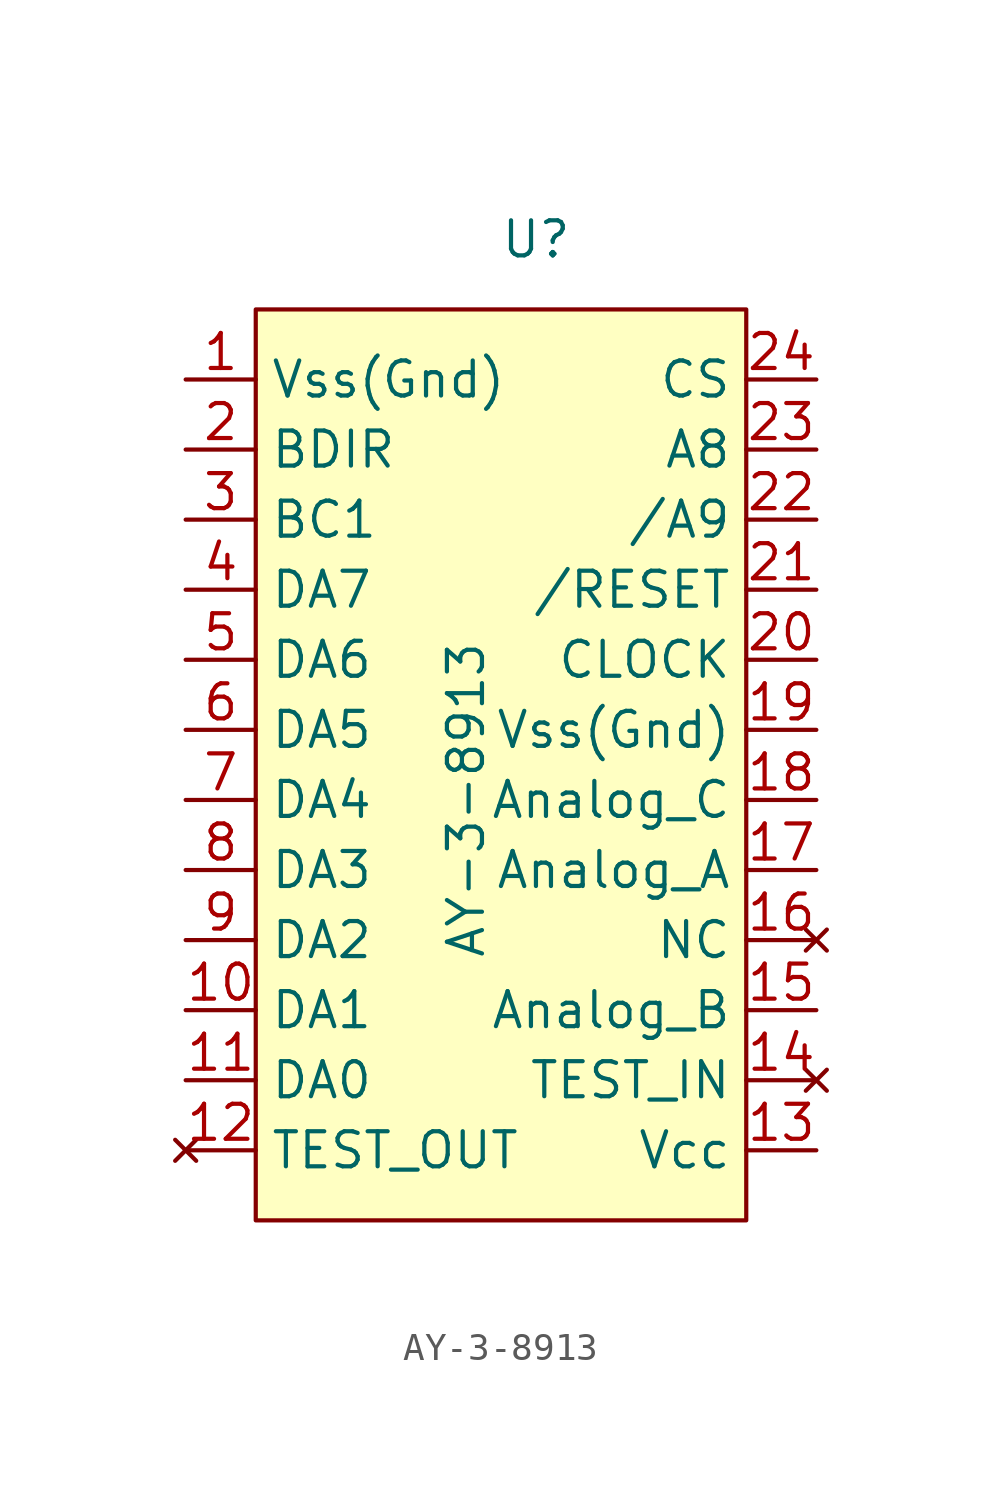
<source format=kicad_sym>
(kicad_symbol_lib
  (version 20211014)
  (generator kicad_symbol_editor)
  (symbol "AY-3-8913"
    (property "Reference" "U"
      (at 0 20.32 0)
      (effects (font (size 1.27 1.27))))
    (property "Value" "AY-3-8913"
      (at -2.54 0 90)
      (effects (font (size 1.27 1.27))))
    (symbol "AY-3-8913_0_1"
      (rectangle (start -10.16 17.78) (end 7.62 -15.24) (stroke (width 0.152) (type default) (color 0 0 0 0)) (fill (type background))))
    (symbol "AY-3-8913_1_1"
      (pin power_in line (at -12.7 15.24 0) (length 2.54) (name "Vss(Gnd)" (effects (font (size 1.27 1.27)))) (number "1" (effects (font (size 1.27 1.27)))))
      (pin bidirectional line (at -12.7 -7.62 0) (length 2.54) (name "DA1" (effects (font (size 1.27 1.27)))) (number "10" (effects (font (size 1.27 1.27)))))
      (pin bidirectional line (at -12.7 -10.16 0) (length 2.54) (name "DA0" (effects (font (size 1.27 1.27)))) (number "11" (effects (font (size 1.27 1.27)))))
      (pin no_connect line (at -12.7 -12.7 0) (length 2.54) (name "TEST_OUT" (effects (font (size 1.27 1.27)))) (number "12" (effects (font (size 1.27 1.27)))))
      (pin power_in line (at 10.16 -12.7 180) (length 2.54) (name "Vcc" (effects (font (size 1.27 1.27)))) (number "13" (effects (font (size 1.27 1.27)))))
      (pin no_connect line (at 10.16 -10.16 180) (length 2.54) (name "TEST_IN" (effects (font (size 1.27 1.27)))) (number "14" (effects (font (size 1.27 1.27)))))
      (pin output line (at 10.16 -7.62 180) (length 2.54) (name "Analog_B" (effects (font (size 1.27 1.27)))) (number "15" (effects (font (size 1.27 1.27)))))
      (pin no_connect line (at 10.16 -5.08 180) (length 2.54) (name "NC" (effects (font (size 1.27 1.27)))) (number "16" (effects (font (size 1.27 1.27)))))
      (pin output line (at 10.16 -2.54 180) (length 2.54) (name "Analog_A" (effects (font (size 1.27 1.27)))) (number "17" (effects (font (size 1.27 1.27)))))
      (pin output line (at 10.16 0 180) (length 2.54) (name "Analog_C" (effects (font (size 1.27 1.27)))) (number "18" (effects (font (size 1.27 1.27)))))
      (pin power_in line (at 10.16 2.54 180) (length 2.54) (name "Vss(Gnd)" (effects (font (size 1.27 1.27)))) (number "19" (effects (font (size 1.27 1.27)))))
      (pin input line (at -12.7 12.7 0) (length 2.54) (name "BDIR" (effects (font (size 1.27 1.27)))) (number "2" (effects (font (size 1.27 1.27)))))
      (pin input line (at 10.16 5.08 180) (length 2.54) (name "CLOCK" (effects (font (size 1.27 1.27)))) (number "20" (effects (font (size 1.27 1.27)))))
      (pin input line (at 10.16 7.62 180) (length 2.54) (name "/RESET" (effects (font (size 1.27 1.27)))) (number "21" (effects (font (size 1.27 1.27)))))
      (pin input line (at 10.16 10.16 180) (length 2.54) (name "/A9" (effects (font (size 1.27 1.27)))) (number "22" (effects (font (size 1.27 1.27)))))
      (pin input line (at 10.16 12.7 180) (length 2.54) (name "A8" (effects (font (size 1.27 1.27)))) (number "23" (effects (font (size 1.27 1.27)))))
      (pin input line (at 10.16 15.24 180) (length 2.54) (name "CS" (effects (font (size 1.27 1.27)))) (number "24" (effects (font (size 1.27 1.27)))))
      (pin input line (at -12.7 10.16 0) (length 2.54) (name "BC1" (effects (font (size 1.27 1.27)))) (number "3" (effects (font (size 1.27 1.27)))))
      (pin bidirectional line (at -12.7 7.62 0) (length 2.54) (name "DA7" (effects (font (size 1.27 1.27)))) (number "4" (effects (font (size 1.27 1.27)))))
      (pin bidirectional line (at -12.7 5.08 0) (length 2.54) (name "DA6" (effects (font (size 1.27 1.27)))) (number "5" (effects (font (size 1.27 1.27)))))
      (pin bidirectional line (at -12.7 2.54 0) (length 2.54) (name "DA5" (effects (font (size 1.27 1.27)))) (number "6" (effects (font (size 1.27 1.27)))))
      (pin bidirectional line (at -12.7 0 0) (length 2.54) (name "DA4" (effects (font (size 1.27 1.27)))) (number "7" (effects (font (size 1.27 1.27)))))
      (pin bidirectional line (at -12.7 -2.54 0) (length 2.54) (name "DA3" (effects (font (size 1.27 1.27)))) (number "8" (effects (font (size 1.27 1.27)))))
      (pin bidirectional line (at -12.7 -5.08 0) (length 2.54) (name "DA2" (effects (font (size 1.27 1.27)))) (number "9" (effects (font (size 1.27 1.27))))))))
</source>
